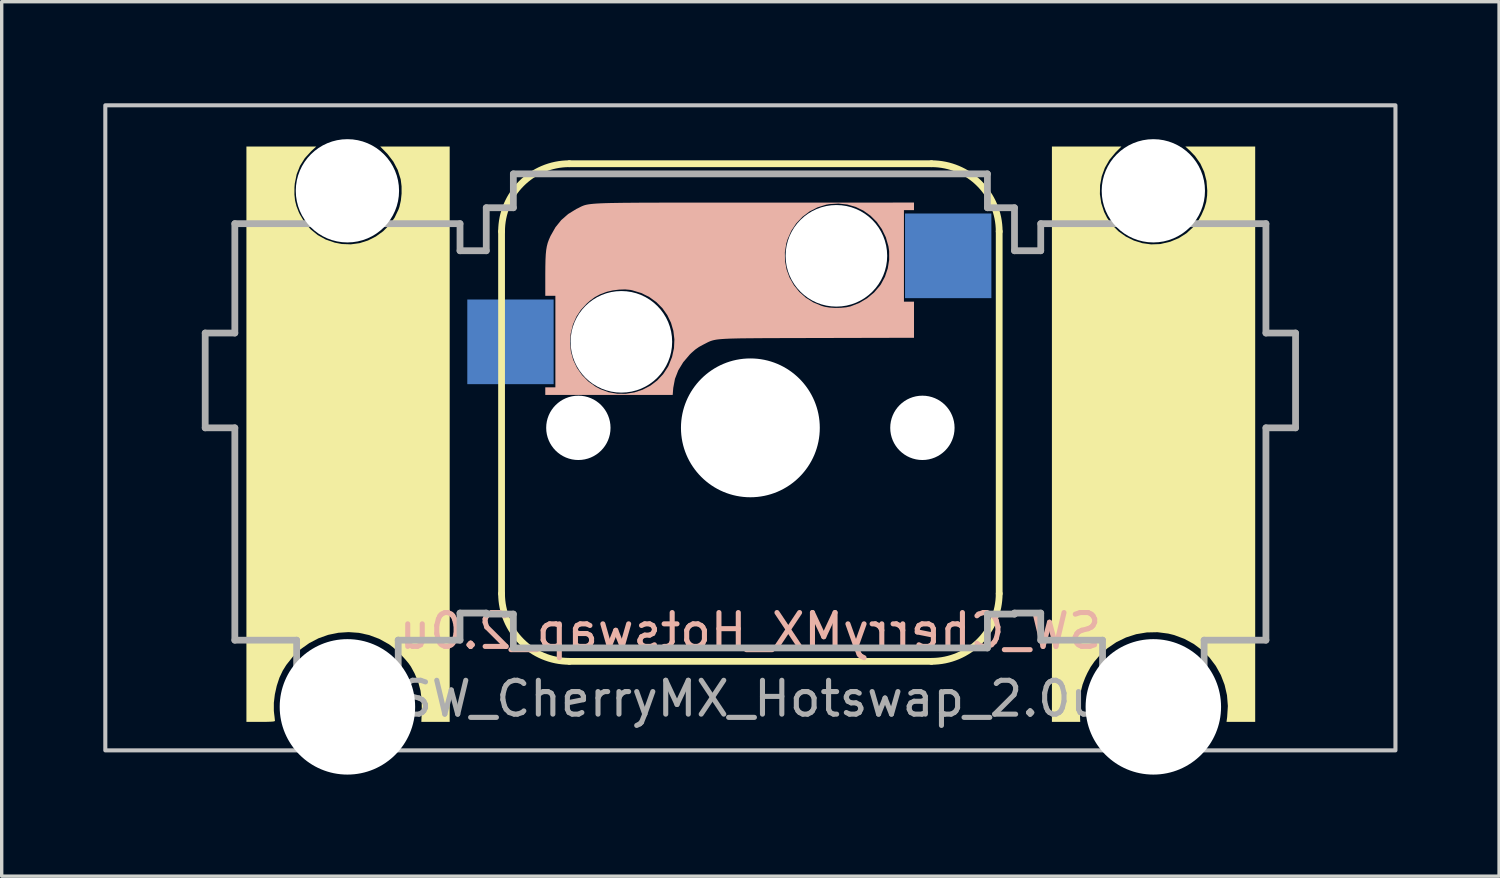
<source format=kicad_pcb>
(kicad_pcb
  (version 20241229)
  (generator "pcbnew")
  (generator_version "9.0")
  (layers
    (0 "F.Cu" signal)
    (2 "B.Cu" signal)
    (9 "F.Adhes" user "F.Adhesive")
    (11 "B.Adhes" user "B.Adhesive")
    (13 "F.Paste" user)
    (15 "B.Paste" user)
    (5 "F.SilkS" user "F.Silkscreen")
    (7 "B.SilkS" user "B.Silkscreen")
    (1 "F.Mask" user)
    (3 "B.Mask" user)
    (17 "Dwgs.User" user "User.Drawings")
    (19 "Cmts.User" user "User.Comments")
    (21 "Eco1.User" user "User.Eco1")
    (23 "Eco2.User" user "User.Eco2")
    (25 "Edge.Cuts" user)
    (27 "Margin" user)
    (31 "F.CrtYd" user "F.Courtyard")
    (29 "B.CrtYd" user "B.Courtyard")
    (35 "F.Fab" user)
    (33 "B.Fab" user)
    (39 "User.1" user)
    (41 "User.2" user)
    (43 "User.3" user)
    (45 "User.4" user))
  (footprint "SW_CherryMX_Hotswap_2.0u"
    (layer "F.Cu")
    (at 19.11 9.585)
    (property "Reference" "SW_CherryMX_Hotswap_2.0u" (at 0 6 0) (unlocked yes) (layer "B.SilkS") (effects (font (size 1 1) (thickness 0.15)) (justify mirror)))
    (attr smd)
    (fp_line (start -7.348 4.896) (end -7.348 -5.8) (stroke (width 0.2) (type solid)) (layer "F.SilkS"))
    (fp_line (start -5.348 -7.8) (end 5.348 -7.8) (stroke (width 0.2) (type solid)) (layer "F.SilkS"))
    (fp_line (start 5.348 6.896) (end -5.348 6.896) (stroke (width 0.2) (type solid)) (layer "F.SilkS"))
    (fp_line (start 7.348 -5.8) (end 7.348 4.896) (stroke (width 0.2) (type solid)) (layer "F.SilkS"))
    (fp_arc (start -7.347835 -5.8) (mid -6.762049 -7.214214) (end -5.347835 -7.8) (stroke (width 0.2) (type solid)) (layer "F.SilkS"))
    (fp_arc (start -5.347835 6.89568) (mid -6.762049 6.309894) (end -7.347835 4.89568) (stroke (width 0.2) (type solid)) (layer "F.SilkS"))
    (fp_arc (start 5.347835 -7.8) (mid 6.762049 -7.214214) (end 7.347835 -5.8) (stroke (width 0.2) (type solid)) (layer "F.SilkS"))
    (fp_arc (start 7.347835 4.89568) (mid 6.762049 6.309894) (end 5.347835 6.89568) (stroke (width 0.2) (type solid)) (layer "F.SilkS"))
    (fp_poly (pts (xy 10.778 -8.126) (xy 10.602 -7.914) (xy 10.468 -7.679) (xy 10.376 -7.428) (xy 10.327 -7.166) (xy 10.322 -6.9) (xy 10.362 -6.635) (xy 10.446 -6.377) (xy 10.535 -6.2) (xy 10.687 -5.986) (xy 10.874 -5.801) (xy 11.089 -5.648) (xy 11.325 -5.531) (xy 11.576 -5.453) (xy 11.834 -5.418) (xy 12.093 -5.427) (xy 12.119 -5.431) (xy 12.397 -5.496) (xy 12.652 -5.602) (xy 12.88 -5.747) (xy 13.078 -5.929) (xy 13.242 -6.145) (xy 13.321 -6.287) (xy 13.407 -6.484) (xy 13.462 -6.668) (xy 13.488 -6.857) (xy 13.493 -7.005) (xy 13.47 -7.292) (xy 13.402 -7.559) (xy 13.289 -7.804) (xy 13.132 -8.027) (xy 12.985 -8.18) (xy 12.845 -8.308) (xy 14.908 -8.308) (xy 14.908 8.683) (xy 14.061 8.683) (xy 14.08 8.54) (xy 14.101 8.214) (xy 14.075 7.895) (xy 14.005 7.59) (xy 13.894 7.3) (xy 13.745 7.031) (xy 13.56 6.786) (xy 13.342 6.568) (xy 13.093 6.382) (xy 12.816 6.231) (xy 12.515 6.119) (xy 12.341 6.076) (xy 12.023 6.035) (xy 11.705 6.042) (xy 11.393 6.094) (xy 11.092 6.191) (xy 10.807 6.33) (xy 10.544 6.509) (xy 10.309 6.727) (xy 10.302 6.734) (xy 10.162 6.898) (xy 10.048 7.061) (xy 9.95 7.242) (xy 9.884 7.385) (xy 9.81 7.582) (xy 9.761 7.777) (xy 9.734 7.986) (xy 9.726 8.22) (xy 9.729 8.341) (xy 9.741 8.683) (xy 8.905 8.683) (xy 8.905 -8.308) (xy 10.957 -8.308)) (stroke (width 0) (type solid)) (fill yes) (layer "F.SilkS"))
    (fp_poly (pts (xy -12.968 -8.172) (xy -13.157 -7.966) (xy -13.3 -7.739) (xy -13.399 -7.49) (xy -13.454 -7.22) (xy -13.464 -7.099) (xy -13.465 -6.892) (xy -13.447 -6.714) (xy -13.405 -6.547) (xy -13.337 -6.372) (xy -13.308 -6.311) (xy -13.165 -6.07) (xy -12.987 -5.863) (xy -12.777 -5.692) (xy -12.539 -5.56) (xy -12.274 -5.469) (xy -12.066 -5.429) (xy -11.801 -5.419) (xy -11.541 -5.454) (xy -11.292 -5.533) (xy -11.059 -5.651) (xy -10.847 -5.804) (xy -10.661 -5.99) (xy -10.508 -6.205) (xy -10.392 -6.446) (xy -10.365 -6.522) (xy -10.322 -6.709) (xy -10.3 -6.92) (xy -10.301 -7.134) (xy -10.325 -7.33) (xy -10.33 -7.351) (xy -10.414 -7.616) (xy -10.543 -7.862) (xy -10.713 -8.084) (xy -10.753 -8.126) (xy -10.932 -8.308) (xy -8.88 -8.308) (xy -8.88 8.683) (xy -9.717 8.683) (xy -9.704 8.341) (xy -9.707 8.039) (xy -9.741 7.765) (xy -9.809 7.508) (xy -9.915 7.255) (xy -10.025 7.052) (xy -10.095 6.952) (xy -10.195 6.833) (xy -10.312 6.707) (xy -10.437 6.585) (xy -10.559 6.477) (xy -10.667 6.395) (xy -10.678 6.388) (xy -10.962 6.231) (xy -11.258 6.12) (xy -11.56 6.054) (xy -11.866 6.032) (xy -12.169 6.052) (xy -12.467 6.113) (xy -12.754 6.215) (xy -13.025 6.356) (xy -13.278 6.535) (xy -13.506 6.751) (xy -13.706 7.003) (xy -13.81 7.17) (xy -13.909 7.38) (xy -13.987 7.618) (xy -14.043 7.87) (xy -14.073 8.12) (xy -14.073 8.354) (xy -14.065 8.435) (xy -14.053 8.529) (xy -14.045 8.605) (xy -14.04 8.649) (xy -14.04 8.652) (xy -14.052 8.664) (xy -14.092 8.673) (xy -14.165 8.678) (xy -14.276 8.682) (xy -14.43 8.683) (xy -14.461 8.683) (xy -14.883 8.683) (xy -14.883 -8.308) (xy -12.821 -8.308)) (stroke (width 0) (type solid)) (fill yes) (layer "F.SilkS"))
    (fp_poly (pts (xy -6.057 -1.196) (xy -5.759 -1.196) (xy -5.759 -3.899) (xy -6.057 -3.899) (xy -6.057 -4.526) (xy -6.055 -4.762) (xy -6.051 -4.956) (xy -6.043 -5.116) (xy -6.03 -5.249) (xy -6.011 -5.361) (xy -5.985 -5.462) (xy -5.95 -5.558) (xy -5.907 -5.656) (xy -5.899 -5.672) (xy -5.756 -5.924) (xy -5.584 -6.137) (xy -5.379 -6.316) (xy -5.138 -6.464) (xy -5.102 -6.481) (xy -5.062 -6.501) (xy -5.026 -6.52) (xy -4.992 -6.537) (xy -4.958 -6.552) (xy -4.922 -6.566) (xy -4.882 -6.579) (xy -4.835 -6.59) (xy -4.78 -6.6) (xy -4.713 -6.609) (xy -4.634 -6.617) (xy -4.539 -6.624) (xy -4.428 -6.63) (xy -4.296 -6.635) (xy -4.143 -6.639) (xy -3.966 -6.642) (xy -3.764 -6.645) (xy -3.533 -6.647) (xy -3.272 -6.649) (xy -2.978 -6.65) (xy -2.65 -6.651) (xy -2.285 -6.652) (xy -1.881 -6.652) (xy -1.437 -6.652) (xy -0.948 -6.652) (xy -0.415 -6.652) (xy 0.138 -6.652) (xy 4.832 -6.653) (xy 4.832 -6.429) (xy 4.535 -6.429) (xy 4.535 -4.964) (xy 4.099 -4.964) (xy 4.098 -5.219) (xy 4.077 -5.362) (xy 4 -5.628) (xy 3.883 -5.869) (xy 3.732 -6.082) (xy 3.549 -6.264) (xy 3.341 -6.413) (xy 3.111 -6.524) (xy 2.863 -6.595) (xy 2.602 -6.624) (xy 2.333 -6.607) (xy 2.24 -6.591) (xy 1.984 -6.512) (xy 1.748 -6.391) (xy 1.537 -6.232) (xy 1.355 -6.039) (xy 1.207 -5.817) (xy 1.098 -5.569) (xy 1.061 -5.447) (xy 1.019 -5.185) (xy 1.023 -4.926) (xy 1.07 -4.674) (xy 1.158 -4.436) (xy 1.284 -4.214) (xy 1.444 -4.016) (xy 1.637 -3.844) (xy 1.858 -3.705) (xy 2.104 -3.602) (xy 2.203 -3.574) (xy 2.339 -3.552) (xy 2.501 -3.542) (xy 2.671 -3.545) (xy 2.83 -3.56) (xy 2.958 -3.587) (xy 3.212 -3.686) (xy 3.447 -3.825) (xy 3.655 -3.998) (xy 3.827 -4.199) (xy 3.855 -4.239) (xy 3.975 -4.463) (xy 4.057 -4.708) (xy 4.099 -4.964) (xy 4.535 -4.964) (xy 4.535 -3.726) (xy 4.832 -3.726) (xy 4.832 -2.66) (xy 1.961 -2.653) (xy 1.516 -2.652) (xy 1.117 -2.651) (xy 0.762 -2.65) (xy 0.448 -2.649) (xy 0.172 -2.647) (xy -0.069 -2.645) (xy -0.277 -2.643) (xy -0.456 -2.639) (xy -0.609 -2.635) (xy -0.738 -2.629) (xy -0.846 -2.622) (xy -0.936 -2.614) (xy -0.954 -2.612) (xy -2.244 -2.612) (xy -2.274 -2.863) (xy -2.344 -3.103) (xy -2.453 -3.328) (xy -2.597 -3.533) (xy -2.776 -3.713) (xy -2.985 -3.864) (xy -3.224 -3.982) (xy -3.489 -4.062) (xy -3.546 -4.074) (xy -3.699 -4.088) (xy -3.878 -4.082) (xy -4.062 -4.059) (xy -4.231 -4.02) (xy -4.265 -4.009) (xy -4.441 -3.942) (xy -4.589 -3.863) (xy -4.729 -3.761) (xy -4.832 -3.67) (xy -5.006 -3.483) (xy -5.138 -3.283) (xy -5.237 -3.058) (xy -5.242 -3.045) (xy -5.308 -2.779) (xy -5.327 -2.514) (xy -5.301 -2.254) (xy -5.232 -2.005) (xy -5.121 -1.772) (xy -4.972 -1.559) (xy -4.786 -1.371) (xy -4.566 -1.214) (xy -4.43 -1.142) (xy -4.184 -1.052) (xy -3.93 -1.007) (xy -3.674 -1.006) (xy -3.423 -1.047) (xy -3.181 -1.127) (xy -2.956 -1.244) (xy -2.752 -1.398) (xy -2.576 -1.585) (xy -2.433 -1.803) (xy -2.417 -1.834) (xy -2.313 -2.093) (xy -2.256 -2.353) (xy -2.244 -2.612) (xy -0.954 -2.612) (xy -1.011 -2.604) (xy -1.075 -2.592) (xy -1.129 -2.578) (xy -1.177 -2.562) (xy -1.221 -2.544) (xy -1.265 -2.523) (xy -1.311 -2.499) (xy -1.362 -2.473) (xy -1.393 -2.457) (xy -1.521 -2.388) (xy -1.631 -2.31) (xy -1.742 -2.212) (xy -1.79 -2.165) (xy -1.983 -1.938) (xy -2.129 -1.699) (xy -2.227 -1.448) (xy -2.277 -1.185) (xy -2.28 -1.154) (xy -2.294 -0.972) (xy -6.057 -0.972)) (stroke (width 0) (type solid)) (fill yes) (layer "B.SilkS"))
    (fp_rect (start -19.05 -9.525) (end 19.05 9.525) (stroke (width 0.12) (type solid)) (fill no) (layer "Dwgs.User"))
    (fp_line (start -16.1 -2.8) (end -16.1 0) (stroke (width 0.2) (type solid)) (layer "F.Fab"))
    (fp_line (start -16.1 0) (end -15.225 0) (stroke (width 0.2) (type solid)) (layer "F.Fab"))
    (fp_line (start -15.225 -6.03) (end -15.225 -2.8) (stroke (width 0.2) (type solid)) (layer "F.Fab"))
    (fp_line (start -15.225 -2.8) (end -16.1 -2.8) (stroke (width 0.2) (type solid)) (layer "F.Fab"))
    (fp_line (start -15.225 0) (end -15.225 6.27) (stroke (width 0.2) (type solid)) (layer "F.Fab"))
    (fp_line (start -15.225 6.27) (end -13.4 6.27) (stroke (width 0.2) (type solid)) (layer "F.Fab"))
    (fp_line (start -13.4 6.27) (end -13.4 7.47) (stroke (width 0.2) (type solid)) (layer "F.Fab"))
    (fp_line (start -13.4 7.47) (end -10.4 7.47) (stroke (width 0.2) (type solid)) (layer "F.Fab"))
    (fp_line (start -10.4 6.27) (end -10.4 6.27) (stroke (width 0.2) (type solid)) (layer "F.Fab"))
    (fp_line (start -10.4 6.27) (end -8.575 6.27) (stroke (width 0.2) (type solid)) (layer "F.Fab"))
    (fp_line (start -10.4 7.47) (end -10.4 6.27) (stroke (width 0.2) (type solid)) (layer "F.Fab"))
    (fp_line (start -8.575 -6.03) (end -15.225 -6.03) (stroke (width 0.2) (type solid)) (layer "F.Fab"))
    (fp_line (start -8.575 -5.23) (end -8.575 -6.03) (stroke (width 0.2) (type solid)) (layer "F.Fab"))
    (fp_line (start -8.575 5.47) (end -7.8 5.47) (stroke (width 0.2) (type solid)) (layer "F.Fab"))
    (fp_line (start -8.575 6.27) (end -8.575 5.47) (stroke (width 0.2) (type solid)) (layer "F.Fab"))
    (fp_line (start -7.8 -6.5) (end -7.8 -5.23) (stroke (width 0.2) (type solid)) (layer "F.Fab"))
    (fp_line (start -7.8 -5.23) (end -8.575 -5.23) (stroke (width 0.2) (type solid)) (layer "F.Fab"))
    (fp_line (start -7.8 5.47) (end -7.8 5.5) (stroke (width 0.2) (type solid)) (layer "F.Fab"))
    (fp_line (start -7.8 5.5) (end -7 5.5) (stroke (width 0.2) (type solid)) (layer "F.Fab"))
    (fp_line (start -7 -7.5) (end -7 -6.5) (stroke (width 0.2) (type solid)) (layer "F.Fab"))
    (fp_line (start -7 -6.5) (end -7.8 -6.5) (stroke (width 0.2) (type solid)) (layer "F.Fab"))
    (fp_line (start -7 5.5) (end -7 6.5) (stroke (width 0.2) (type solid)) (layer "F.Fab"))
    (fp_line (start -7 6.5) (end 7 6.5) (stroke (width 0.2) (type solid)) (layer "F.Fab"))
    (fp_line (start 7 -7.5) (end -7 -7.5) (stroke (width 0.2) (type solid)) (layer "F.Fab"))
    (fp_line (start 7 -6.5) (end 7 -7.5) (stroke (width 0.2) (type solid)) (layer "F.Fab"))
    (fp_line (start 7 5.5) (end 7.8 5.5) (stroke (width 0.2) (type solid)) (layer "F.Fab"))
    (fp_line (start 7 6.5) (end 7 5.5) (stroke (width 0.2) (type solid)) (layer "F.Fab"))
    (fp_line (start 7.8 -6.5) (end 7 -6.5) (stroke (width 0.2) (type solid)) (layer "F.Fab"))
    (fp_line (start 7.8 -5.23) (end 7.8 -6.5) (stroke (width 0.2) (type solid)) (layer "F.Fab"))
    (fp_line (start 7.8 5.47) (end 8.575 5.47) (stroke (width 0.2) (type solid)) (layer "F.Fab"))
    (fp_line (start 7.8 5.5) (end 7.8 5.47) (stroke (width 0.2) (type solid)) (layer "F.Fab"))
    (fp_line (start 8.575 -6.03) (end 8.575 -5.23) (stroke (width 0.2) (type solid)) (layer "F.Fab"))
    (fp_line (start 8.575 -5.23) (end 7.8 -5.23) (stroke (width 0.2) (type solid)) (layer "F.Fab"))
    (fp_line (start 8.575 5.47) (end 8.575 6.27) (stroke (width 0.2) (type solid)) (layer "F.Fab"))
    (fp_line (start 8.575 6.27) (end 10.4 6.27) (stroke (width 0.2) (type solid)) (layer "F.Fab"))
    (fp_line (start 10.4 6.27) (end 10.4 7.47) (stroke (width 0.2) (type solid)) (layer "F.Fab"))
    (fp_line (start 10.4 7.47) (end 13.4 7.47) (stroke (width 0.2) (type solid)) (layer "F.Fab"))
    (fp_line (start 13.4 6.27) (end 15.225 6.27) (stroke (width 0.2) (type solid)) (layer "F.Fab"))
    (fp_line (start 13.4 7.47) (end 13.4 6.27) (stroke (width 0.2) (type solid)) (layer "F.Fab"))
    (fp_line (start 15.225 -6.03) (end 8.575 -6.03) (stroke (width 0.2) (type solid)) (layer "F.Fab"))
    (fp_line (start 15.225 -2.8) (end 15.225 -6.03) (stroke (width 0.2) (type solid)) (layer "F.Fab"))
    (fp_line (start 15.225 0) (end 16.1 0) (stroke (width 0.2) (type solid)) (layer "F.Fab"))
    (fp_line (start 15.225 6.27) (end 15.225 0) (stroke (width 0.2) (type solid)) (layer "F.Fab"))
    (fp_line (start 16.1 -2.8) (end 15.225 -2.8) (stroke (width 0.2) (type solid)) (layer "F.Fab"))
    (fp_line (start 16.1 0) (end 16.1 -2.8) (stroke (width 0.2) (type solid)) (layer "F.Fab"))
    (fp_text user "${REFERENCE}" (at 0 8 0) (unlocked yes) (layer "F.Fab") (effects (font (size 1 1) (thickness 0.15))))
    (pad "" np_thru_hole circle (at -11.9 -7) (size 3.05 3.05) (drill 3.05) (layers "*.Cu" "*.Mask"))
    (pad "" np_thru_hole circle (at -11.9 8.24) (size 4 4) (drill 4) (layers "*.Cu" "*.Mask"))
    (pad "" np_thru_hole circle (at -5.08 0) (size 1.9 1.9) (drill 1.9) (layers "*.Cu" "*.Mask"))
    (pad "" np_thru_hole circle (at -3.81 -2.54) (size 3 3) (drill 3) (layers "*.Cu" "*.Mask"))
    (pad "" np_thru_hole circle (at 0 0) (size 4.1 4.1) (drill 4.1) (layers "*.Cu" "*.Mask"))
    (pad "" np_thru_hole circle (at 2.54 -5.08) (size 3 3) (drill 3) (layers "*.Cu" "*.Mask"))
    (pad "" np_thru_hole circle (at 5.08 0) (size 1.9 1.9) (drill 1.9) (layers "*.Cu" "*.Mask"))
    (pad "" np_thru_hole circle (at 11.9 -7) (size 3.05 3.05) (drill 3.05) (layers "*.Cu" "*.Mask"))
    (pad "" np_thru_hole circle (at 11.9 8.24) (size 4 4) (drill 4) (layers "*.Cu" "*.Mask"))
    (pad "1" smd rect (at -7.085 -2.54) (size 2.55 2.5) (layers "B.Cu" "B.Mask" "B.Paste"))
    (pad "2" smd rect (at 5.842 -5.08) (size 2.55 2.5) (layers "B.Cu" "B.Mask" "B.Paste")))
  (gr_rect
    (start -3 -3)
    (end 41.22 22.825)
    (stroke (width 0.1) (type default))
    (fill no)
    (layer "Edge.Cuts")))
</source>
